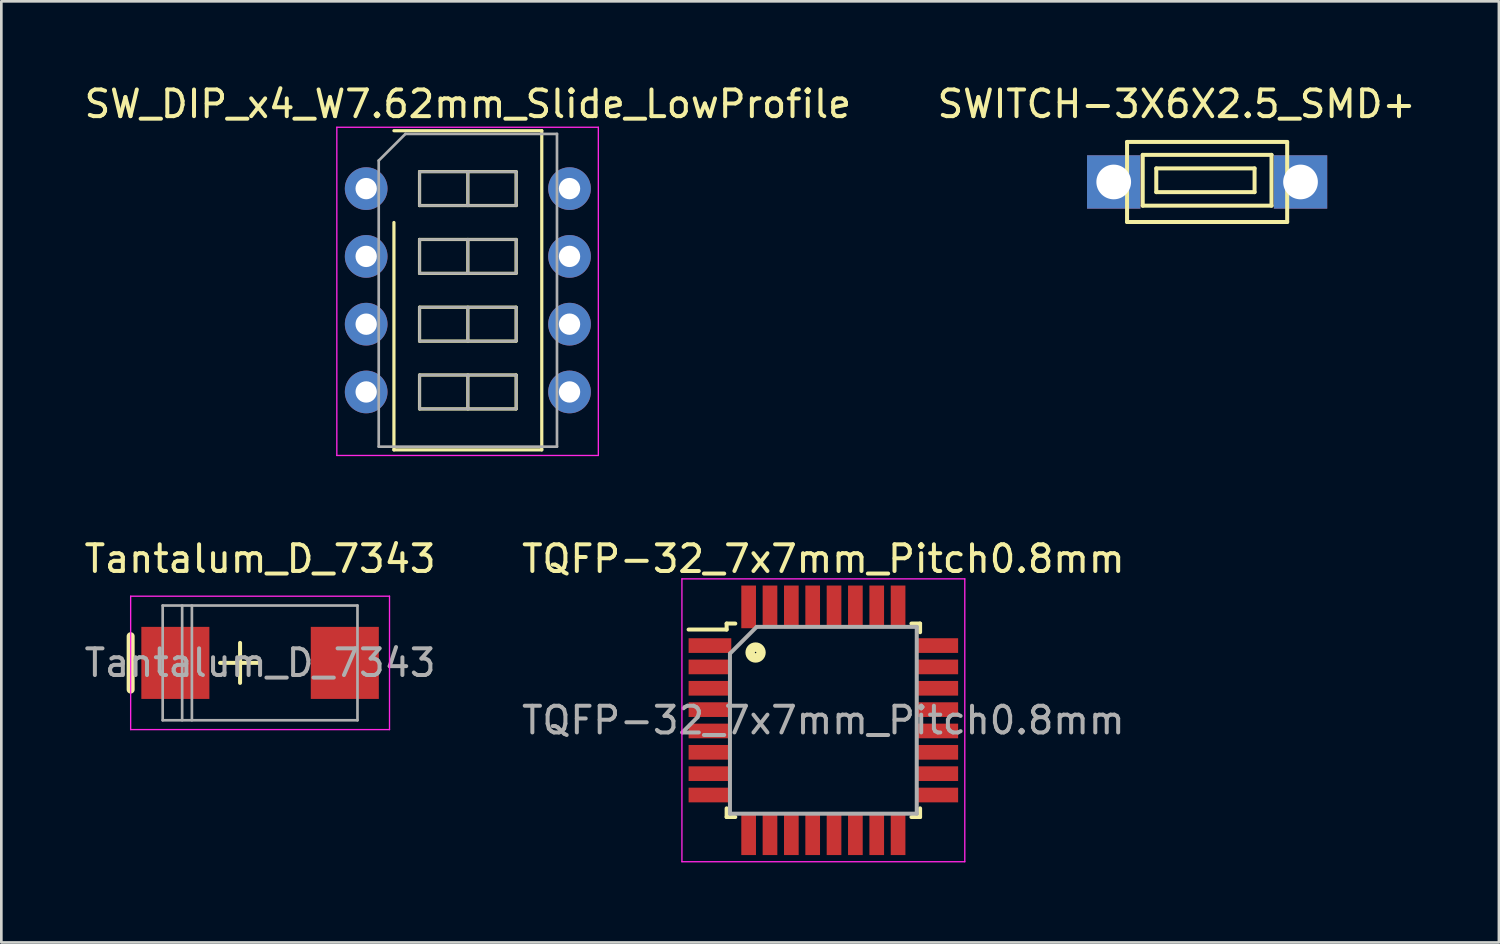
<source format=kicad_pcb>
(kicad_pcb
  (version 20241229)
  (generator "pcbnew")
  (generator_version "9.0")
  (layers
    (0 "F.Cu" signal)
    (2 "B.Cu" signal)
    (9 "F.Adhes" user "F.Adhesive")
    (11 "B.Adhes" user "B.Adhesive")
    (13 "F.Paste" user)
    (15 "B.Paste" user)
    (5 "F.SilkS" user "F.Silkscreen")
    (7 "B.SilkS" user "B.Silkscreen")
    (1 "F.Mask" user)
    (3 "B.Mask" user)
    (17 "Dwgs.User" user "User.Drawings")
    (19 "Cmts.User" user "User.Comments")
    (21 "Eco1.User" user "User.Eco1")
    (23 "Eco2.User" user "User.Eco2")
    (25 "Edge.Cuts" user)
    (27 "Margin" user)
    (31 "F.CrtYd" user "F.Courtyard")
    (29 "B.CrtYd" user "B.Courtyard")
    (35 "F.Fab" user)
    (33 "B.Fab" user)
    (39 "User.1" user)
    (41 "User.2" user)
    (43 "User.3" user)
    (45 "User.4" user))
  (footprint "TQFP-32_7x7mm_Pitch0.8mm"
    (layer "F.Cu")
    (at 27.804 23.942)
    (property "Reference" "TQFP-32_7x7mm_Pitch0.8mm" (at 0 -6.05 0) (layer "F.SilkS") (effects (font (size 1 1) (thickness 0.15))))
    (attr smd)
    (fp_line (start -3.625 -3.625) (end -3.625 -3.4) (stroke (width 0.15) (type solid)) (layer "F.SilkS"))
    (fp_line (start -3.625 -3.625) (end -3.3 -3.625) (stroke (width 0.15) (type solid)) (layer "F.SilkS"))
    (fp_line (start -3.625 -3.4) (end -5.05 -3.4) (stroke (width 0.15) (type solid)) (layer "F.SilkS"))
    (fp_line (start -3.625 3.625) (end -3.625 3.3) (stroke (width 0.15) (type solid)) (layer "F.SilkS"))
    (fp_line (start -3.625 3.625) (end -3.3 3.625) (stroke (width 0.15) (type solid)) (layer "F.SilkS"))
    (fp_line (start 3.625 -3.625) (end 3.3 -3.625) (stroke (width 0.15) (type solid)) (layer "F.SilkS"))
    (fp_line (start 3.625 -3.625) (end 3.625 -3.3) (stroke (width 0.15) (type solid)) (layer "F.SilkS"))
    (fp_line (start 3.625 3.625) (end 3.3 3.625) (stroke (width 0.15) (type solid)) (layer "F.SilkS"))
    (fp_line (start 3.625 3.625) (end 3.625 3.3) (stroke (width 0.15) (type solid)) (layer "F.SilkS"))
    (fp_circle (center -2.54 -2.54) (end -2.438 -2.54) (stroke (width 0.15) (type solid)) (fill no) (layer "F.SilkS"))
    (fp_circle (center -2.54 -2.54) (end -2.337 -2.54) (stroke (width 0.15) (type solid)) (fill no) (layer "F.SilkS"))
    (fp_circle (center -2.54 -2.54) (end -2.235 -2.54) (stroke (width 0.15) (type solid)) (fill no) (layer "F.SilkS"))
    (fp_line (start -5.3 -5.3) (end -5.3 5.3) (stroke (width 0.05) (type solid)) (layer "F.CrtYd"))
    (fp_line (start -5.3 -5.3) (end 5.3 -5.3) (stroke (width 0.05) (type solid)) (layer "F.CrtYd"))
    (fp_line (start -5.3 5.3) (end 5.3 5.3) (stroke (width 0.05) (type solid)) (layer "F.CrtYd"))
    (fp_line (start 5.3 -5.3) (end 5.3 5.3) (stroke (width 0.05) (type solid)) (layer "F.CrtYd"))
    (fp_line (start -3.5 -2.5) (end -2.5 -3.5) (stroke (width 0.15) (type solid)) (layer "F.Fab"))
    (fp_line (start -3.5 3.5) (end -3.5 -2.5) (stroke (width 0.15) (type solid)) (layer "F.Fab"))
    (fp_line (start -2.5 -3.5) (end 3.5 -3.5) (stroke (width 0.15) (type solid)) (layer "F.Fab"))
    (fp_line (start 3.5 -3.5) (end 3.5 3.5) (stroke (width 0.15) (type solid)) (layer "F.Fab"))
    (fp_line (start 3.5 3.5) (end -3.5 3.5) (stroke (width 0.15) (type solid)) (layer "F.Fab"))
    (fp_text user "${REFERENCE}" (at 0 0 0) (layer "F.Fab") (effects (font (size 1 1) (thickness 0.15))))
    (pad "1" smd rect (at -4.25 -2.8) (size 1.6 0.55) (layers "F.Cu" "F.Mask" "F.Paste"))
    (pad "2" smd rect (at -4.25 -2) (size 1.6 0.55) (layers "F.Cu" "F.Mask" "F.Paste"))
    (pad "3" smd rect (at -4.25 -1.2) (size 1.6 0.55) (layers "F.Cu" "F.Mask" "F.Paste"))
    (pad "4" smd rect (at -4.25 -0.4) (size 1.6 0.55) (layers "F.Cu" "F.Mask" "F.Paste"))
    (pad "5" smd rect (at -4.25 0.4) (size 1.6 0.55) (layers "F.Cu" "F.Mask" "F.Paste"))
    (pad "6" smd rect (at -4.25 1.2) (size 1.6 0.55) (layers "F.Cu" "F.Mask" "F.Paste"))
    (pad "7" smd rect (at -4.25 2) (size 1.6 0.55) (layers "F.Cu" "F.Mask" "F.Paste"))
    (pad "8" smd rect (at -4.25 2.8) (size 1.6 0.55) (layers "F.Cu" "F.Mask" "F.Paste"))
    (pad "9" smd rect (at -2.8 4.25 90) (size 1.6 0.55) (layers "F.Cu" "F.Mask" "F.Paste"))
    (pad "10" smd rect (at -2 4.25 90) (size 1.6 0.55) (layers "F.Cu" "F.Mask" "F.Paste"))
    (pad "11" smd rect (at -1.2 4.25 90) (size 1.6 0.55) (layers "F.Cu" "F.Mask" "F.Paste"))
    (pad "12" smd rect (at -0.4 4.25 90) (size 1.6 0.55) (layers "F.Cu" "F.Mask" "F.Paste"))
    (pad "13" smd rect (at 0.4 4.25 90) (size 1.6 0.55) (layers "F.Cu" "F.Mask" "F.Paste"))
    (pad "14" smd rect (at 1.2 4.25 90) (size 1.6 0.55) (layers "F.Cu" "F.Mask" "F.Paste"))
    (pad "15" smd rect (at 2 4.25 90) (size 1.6 0.55) (layers "F.Cu" "F.Mask" "F.Paste"))
    (pad "16" smd rect (at 2.8 4.25 90) (size 1.6 0.55) (layers "F.Cu" "F.Mask" "F.Paste"))
    (pad "17" smd rect (at 4.25 2.8) (size 1.6 0.55) (layers "F.Cu" "F.Mask" "F.Paste"))
    (pad "18" smd rect (at 4.25 2) (size 1.6 0.55) (layers "F.Cu" "F.Mask" "F.Paste"))
    (pad "19" smd rect (at 4.25 1.2) (size 1.6 0.55) (layers "F.Cu" "F.Mask" "F.Paste"))
    (pad "20" smd rect (at 4.25 0.4) (size 1.6 0.55) (layers "F.Cu" "F.Mask" "F.Paste"))
    (pad "21" smd rect (at 4.25 -0.4) (size 1.6 0.55) (layers "F.Cu" "F.Mask" "F.Paste"))
    (pad "22" smd rect (at 4.25 -1.2) (size 1.6 0.55) (layers "F.Cu" "F.Mask" "F.Paste"))
    (pad "23" smd rect (at 4.25 -2) (size 1.6 0.55) (layers "F.Cu" "F.Mask" "F.Paste"))
    (pad "24" smd rect (at 4.25 -2.8) (size 1.6 0.55) (layers "F.Cu" "F.Mask" "F.Paste"))
    (pad "25" smd rect (at 2.8 -4.25 90) (size 1.6 0.55) (layers "F.Cu" "F.Mask" "F.Paste"))
    (pad "26" smd rect (at 2 -4.25 90) (size 1.6 0.55) (layers "F.Cu" "F.Mask" "F.Paste"))
    (pad "27" smd rect (at 1.2 -4.25 90) (size 1.6 0.55) (layers "F.Cu" "F.Mask" "F.Paste"))
    (pad "28" smd rect (at 0.4 -4.25 90) (size 1.6 0.55) (layers "F.Cu" "F.Mask" "F.Paste"))
    (pad "29" smd rect (at -0.4 -4.25 90) (size 1.6 0.55) (layers "F.Cu" "F.Mask" "F.Paste"))
    (pad "30" smd rect (at -1.2 -4.25 90) (size 1.6 0.55) (layers "F.Cu" "F.Mask" "F.Paste"))
    (pad "31" smd rect (at -2 -4.25 90) (size 1.6 0.55) (layers "F.Cu" "F.Mask" "F.Paste"))
    (pad "32" smd rect (at -2.8 -4.25 90) (size 1.6 0.55) (layers "F.Cu" "F.Mask" "F.Paste")))
  (footprint "Tantalum_D_7343"
    (layer "F.Cu")
    (at 6.696 21.791)
    (property "Reference" "Tantalum_D_7343" (at 0 -3.9 0) (layer "F.SilkS") (effects (font (size 1 1) (thickness 0.15))))
    (attr smd)
    (fp_line (start -4.85 -1) (end -4.85 1) (stroke (width 0.3) (type solid)) (layer "F.SilkS"))
    (fp_line (start -1.5 0) (end 0 0) (stroke (width 0.15) (type solid)) (layer "F.SilkS"))
    (fp_line (start -0.75 0.75) (end -0.75 -0.75) (stroke (width 0.15) (type solid)) (layer "F.SilkS"))
    (fp_line (start -4.85 -2.5) (end -4.85 2.5) (stroke (width 0.05) (type solid)) (layer "F.CrtYd"))
    (fp_line (start -4.85 2.5) (end 4.85 2.5) (stroke (width 0.05) (type solid)) (layer "F.CrtYd"))
    (fp_line (start 4.85 -2.5) (end -4.85 -2.5) (stroke (width 0.05) (type solid)) (layer "F.CrtYd"))
    (fp_line (start 4.85 2.5) (end 4.85 -2.5) (stroke (width 0.05) (type solid)) (layer "F.CrtYd"))
    (fp_line (start -3.65 -2.15) (end -3.65 2.15) (stroke (width 0.1) (type solid)) (layer "F.Fab"))
    (fp_line (start -3.65 2.15) (end 3.65 2.15) (stroke (width 0.1) (type solid)) (layer "F.Fab"))
    (fp_line (start -2.92 -2.15) (end -2.92 2.15) (stroke (width 0.1) (type solid)) (layer "F.Fab"))
    (fp_line (start -2.555 -2.15) (end -2.555 2.15) (stroke (width 0.1) (type solid)) (layer "F.Fab"))
    (fp_line (start 3.65 -2.15) (end -3.65 -2.15) (stroke (width 0.1) (type solid)) (layer "F.Fab"))
    (fp_line (start 3.65 2.15) (end 3.65 -2.15) (stroke (width 0.1) (type solid)) (layer "F.Fab"))
    (fp_text user "${REFERENCE}" (at 0 0 0) (layer "F.Fab") (effects (font (size 1 1) (thickness 0.15))))
    (pad "1" smd rect (at -3.175 0) (size 2.55 2.7) (layers "F.Cu" "F.Mask" "F.Paste"))
    (pad "2" smd rect (at 3.175 0) (size 2.55 2.7) (layers "F.Cu" "F.Mask" "F.Paste")))
  (footprint "SW_DIP_x4_W7.62mm_Slide_LowProfile"
    (layer "F.Cu")
    (at 10.672 4.018)
    (property "Reference" "SW_DIP_x4_W7.62mm_Slide_LowProfile" (at 3.81 -3.17 0) (layer "F.SilkS") (effects (font (size 1 1) (thickness 0.15))))
    (attr through_hole)
    (fp_line (start 1.04 -2.17) (end 6.58 -2.17) (stroke (width 0.12) (type solid)) (layer "F.SilkS"))
    (fp_line (start 1.04 9.79) (end 1.04 1.27) (stroke (width 0.12) (type solid)) (layer "F.SilkS"))
    (fp_line (start 2 -0.635) (end 2 0.635) (stroke (width 0.12) (type solid)) (layer "F.SilkS"))
    (fp_line (start 2 0.635) (end 5.62 0.635) (stroke (width 0.12) (type solid)) (layer "F.SilkS"))
    (fp_line (start 2 1.905) (end 2 3.175) (stroke (width 0.12) (type solid)) (layer "F.SilkS"))
    (fp_line (start 2 3.175) (end 5.62 3.175) (stroke (width 0.12) (type solid)) (layer "F.SilkS"))
    (fp_line (start 2 4.445) (end 2 5.715) (stroke (width 0.12) (type solid)) (layer "F.SilkS"))
    (fp_line (start 2 5.715) (end 5.62 5.715) (stroke (width 0.12) (type solid)) (layer "F.SilkS"))
    (fp_line (start 2 6.985) (end 2 8.255) (stroke (width 0.12) (type solid)) (layer "F.SilkS"))
    (fp_line (start 2 8.255) (end 5.62 8.255) (stroke (width 0.12) (type solid)) (layer "F.SilkS"))
    (fp_line (start 3.81 -0.635) (end 3.81 0.635) (stroke (width 0.12) (type solid)) (layer "F.SilkS"))
    (fp_line (start 3.81 1.905) (end 3.81 3.175) (stroke (width 0.12) (type solid)) (layer "F.SilkS"))
    (fp_line (start 3.81 4.445) (end 3.81 5.715) (stroke (width 0.12) (type solid)) (layer "F.SilkS"))
    (fp_line (start 3.81 6.985) (end 3.81 8.255) (stroke (width 0.12) (type solid)) (layer "F.SilkS"))
    (fp_line (start 5.62 -0.635) (end 2 -0.635) (stroke (width 0.12) (type solid)) (layer "F.SilkS"))
    (fp_line (start 5.62 0.635) (end 5.62 -0.635) (stroke (width 0.12) (type solid)) (layer "F.SilkS"))
    (fp_line (start 5.62 1.905) (end 2 1.905) (stroke (width 0.12) (type solid)) (layer "F.SilkS"))
    (fp_line (start 5.62 3.175) (end 5.62 1.905) (stroke (width 0.12) (type solid)) (layer "F.SilkS"))
    (fp_line (start 5.62 4.445) (end 2 4.445) (stroke (width 0.12) (type solid)) (layer "F.SilkS"))
    (fp_line (start 5.62 5.715) (end 5.62 4.445) (stroke (width 0.12) (type solid)) (layer "F.SilkS"))
    (fp_line (start 5.62 6.985) (end 2 6.985) (stroke (width 0.12) (type solid)) (layer "F.SilkS"))
    (fp_line (start 5.62 8.255) (end 5.62 6.985) (stroke (width 0.12) (type solid)) (layer "F.SilkS"))
    (fp_line (start 6.58 -2.17) (end 6.58 9.79) (stroke (width 0.12) (type solid)) (layer "F.SilkS"))
    (fp_line (start 6.58 9.79) (end 1.04 9.79) (stroke (width 0.12) (type solid)) (layer "F.SilkS"))
    (fp_line (start -1.1 -2.3) (end -1.1 10) (stroke (width 0.05) (type solid)) (layer "F.CrtYd"))
    (fp_line (start -1.1 10) (end 8.7 10) (stroke (width 0.05) (type solid)) (layer "F.CrtYd"))
    (fp_line (start 8.7 -2.3) (end -1.1 -2.3) (stroke (width 0.05) (type solid)) (layer "F.CrtYd"))
    (fp_line (start 8.7 10) (end 8.7 -2.3) (stroke (width 0.05) (type solid)) (layer "F.CrtYd"))
    (fp_line (start 0.47 -1.05) (end 1.47 -2.05) (stroke (width 0.1) (type solid)) (layer "F.Fab"))
    (fp_line (start 0.47 9.67) (end 0.47 -1.05) (stroke (width 0.1) (type solid)) (layer "F.Fab"))
    (fp_line (start 1.47 -2.05) (end 7.15 -2.05) (stroke (width 0.1) (type solid)) (layer "F.Fab"))
    (fp_line (start 2 -0.635) (end 2 0.635) (stroke (width 0.1) (type solid)) (layer "F.Fab"))
    (fp_line (start 2 0.635) (end 5.62 0.635) (stroke (width 0.1) (type solid)) (layer "F.Fab"))
    (fp_line (start 2 1.905) (end 2 3.175) (stroke (width 0.1) (type solid)) (layer "F.Fab"))
    (fp_line (start 2 3.175) (end 5.62 3.175) (stroke (width 0.1) (type solid)) (layer "F.Fab"))
    (fp_line (start 2 4.445) (end 2 5.715) (stroke (width 0.1) (type solid)) (layer "F.Fab"))
    (fp_line (start 2 5.715) (end 5.62 5.715) (stroke (width 0.1) (type solid)) (layer "F.Fab"))
    (fp_line (start 2 6.985) (end 2 8.255) (stroke (width 0.1) (type solid)) (layer "F.Fab"))
    (fp_line (start 2 8.255) (end 5.62 8.255) (stroke (width 0.1) (type solid)) (layer "F.Fab"))
    (fp_line (start 3.81 -0.635) (end 3.81 0.635) (stroke (width 0.1) (type solid)) (layer "F.Fab"))
    (fp_line (start 3.81 1.905) (end 3.81 3.175) (stroke (width 0.1) (type solid)) (layer "F.Fab"))
    (fp_line (start 3.81 4.445) (end 3.81 5.715) (stroke (width 0.1) (type solid)) (layer "F.Fab"))
    (fp_line (start 3.81 6.985) (end 3.81 8.255) (stroke (width 0.1) (type solid)) (layer "F.Fab"))
    (fp_line (start 5.62 -0.635) (end 2 -0.635) (stroke (width 0.1) (type solid)) (layer "F.Fab"))
    (fp_line (start 5.62 0.635) (end 5.62 -0.635) (stroke (width 0.1) (type solid)) (layer "F.Fab"))
    (fp_line (start 5.62 1.905) (end 2 1.905) (stroke (width 0.1) (type solid)) (layer "F.Fab"))
    (fp_line (start 5.62 3.175) (end 5.62 1.905) (stroke (width 0.1) (type solid)) (layer "F.Fab"))
    (fp_line (start 5.62 4.445) (end 2 4.445) (stroke (width 0.1) (type solid)) (layer "F.Fab"))
    (fp_line (start 5.62 5.715) (end 5.62 4.445) (stroke (width 0.1) (type solid)) (layer "F.Fab"))
    (fp_line (start 5.62 6.985) (end 2 6.985) (stroke (width 0.1) (type solid)) (layer "F.Fab"))
    (fp_line (start 5.62 8.255) (end 5.62 6.985) (stroke (width 0.1) (type solid)) (layer "F.Fab"))
    (fp_line (start 7.15 -2.05) (end 7.15 9.67) (stroke (width 0.1) (type solid)) (layer "F.Fab"))
    (fp_line (start 7.15 9.67) (end 0.47 9.67) (stroke (width 0.1) (type solid)) (layer "F.Fab"))
    (pad "1" thru_hole circle (at 0 0) (size 1.6 1.6) (drill 0.8) (layers "*.Cu" "*.Mask"))
    (pad "2" thru_hole oval (at 0 2.54) (size 1.6 1.6) (drill 0.8) (layers "*.Cu" "*.Mask"))
    (pad "3" thru_hole oval (at 0 5.08) (size 1.6 1.6) (drill 0.8) (layers "*.Cu" "*.Mask"))
    (pad "4" thru_hole circle (at 0 7.62) (size 1.6 1.6) (drill 0.8) (layers "*.Cu" "*.Mask"))
    (pad "5" thru_hole oval (at 7.62 7.62) (size 1.6 1.6) (drill 0.8) (layers "*.Cu" "*.Mask"))
    (pad "6" thru_hole oval (at 7.62 5.08) (size 1.6 1.6) (drill 0.8) (layers "*.Cu" "*.Mask"))
    (pad "7" thru_hole oval (at 7.62 2.54) (size 1.6 1.6) (drill 0.8) (layers "*.Cu" "*.Mask"))
    (pad "8" thru_hole oval (at 7.62 0) (size 1.6 1.6) (drill 0.8) (layers "*.Cu" "*.Mask")))
  (footprint "SWITCH-3X6X2.5_SMD+"
    (layer "F.Cu")
    (at 42.185 3.769)
    (property "Reference" "SWITCH-3X6X2.5_SMD+" (at -1.143 -2.921 0) (layer "F.SilkS") (effects (font (size 1 1) (thickness 0.15))))
    (attr through_hole)
    (fp_line (start -3 -1.5) (end -3 1.5) (stroke (width 0.15) (type solid)) (layer "F.SilkS"))
    (fp_line (start -3 -1.5) (end 3 -1.5) (stroke (width 0.15) (type solid)) (layer "F.SilkS"))
    (fp_line (start -3 1.5) (end 3 1.5) (stroke (width 0.15) (type solid)) (layer "F.SilkS"))
    (fp_line (start -2.413 -1.016) (end -2.413 0.889) (stroke (width 0.15) (type solid)) (layer "F.SilkS"))
    (fp_line (start -2.413 0.889) (end 2.413 0.889) (stroke (width 0.15) (type solid)) (layer "F.SilkS"))
    (fp_line (start -1.905 -0.508) (end -1.905 0.381) (stroke (width 0.15) (type solid)) (layer "F.SilkS"))
    (fp_line (start -1.905 0.381) (end 1.778 0.381) (stroke (width 0.15) (type solid)) (layer "F.SilkS"))
    (fp_line (start 1.778 -0.508) (end -1.905 -0.508) (stroke (width 0.15) (type solid)) (layer "F.SilkS"))
    (fp_line (start 1.778 0.381) (end 1.778 -0.508) (stroke (width 0.15) (type solid)) (layer "F.SilkS"))
    (fp_line (start 2.413 -1.016) (end -2.413 -1.016) (stroke (width 0.15) (type solid)) (layer "F.SilkS"))
    (fp_line (start 2.413 0.889) (end 2.413 -1.016) (stroke (width 0.15) (type solid)) (layer "F.SilkS"))
    (fp_line (start 3 -1.5) (end 3 1.5) (stroke (width 0.15) (type solid)) (layer "F.SilkS"))
    (pad "1" thru_hole rect (at -3.5 0) (size 2 2) (drill 1.3) (layers "*.Cu" "*.Mask"))
    (pad "2" thru_hole rect (at 3.5 0) (size 2 2) (drill 1.3) (layers "*.Cu" "*.Mask")))
  (gr_rect
    (start -3 -3)
    (end 53.119 32.267)
    (stroke (width 0.1) (type default))
    (fill no)
    (layer "Edge.Cuts")))
</source>
